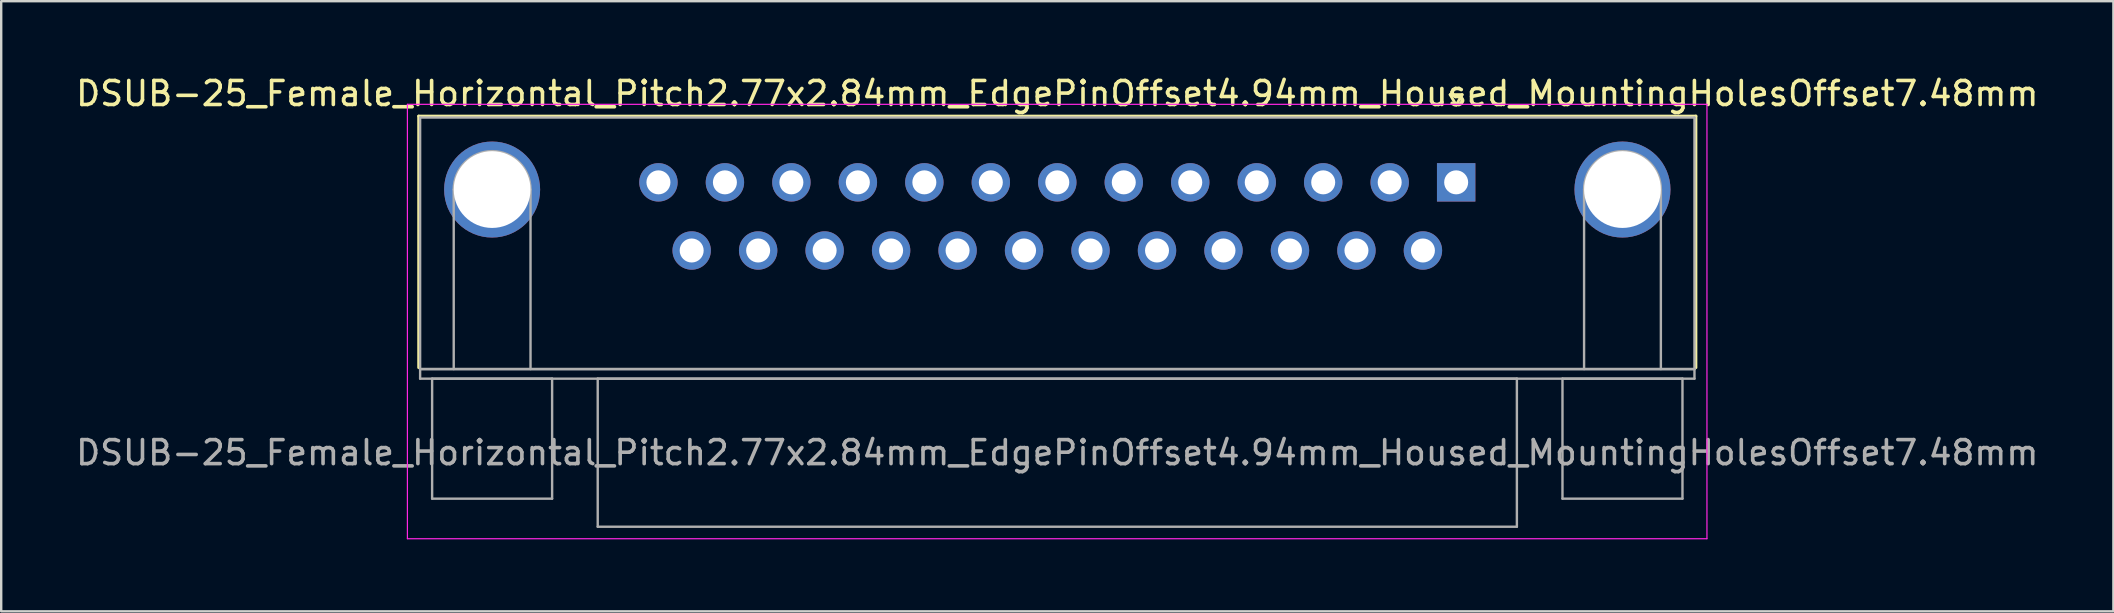
<source format=kicad_pcb>
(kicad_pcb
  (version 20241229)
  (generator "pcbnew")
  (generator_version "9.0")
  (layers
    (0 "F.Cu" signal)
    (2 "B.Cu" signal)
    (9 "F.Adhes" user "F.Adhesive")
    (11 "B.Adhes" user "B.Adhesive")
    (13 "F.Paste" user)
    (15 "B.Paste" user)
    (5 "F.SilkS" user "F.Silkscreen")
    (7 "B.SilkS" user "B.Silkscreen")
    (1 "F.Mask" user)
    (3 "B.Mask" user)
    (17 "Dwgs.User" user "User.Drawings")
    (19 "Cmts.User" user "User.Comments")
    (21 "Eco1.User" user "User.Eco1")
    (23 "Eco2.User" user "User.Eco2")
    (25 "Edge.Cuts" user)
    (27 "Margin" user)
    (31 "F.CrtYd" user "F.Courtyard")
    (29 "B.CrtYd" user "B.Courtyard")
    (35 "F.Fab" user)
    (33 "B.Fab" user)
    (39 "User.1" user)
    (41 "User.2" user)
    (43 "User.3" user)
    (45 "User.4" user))
  (footprint "DSUB-25_Female_Horizontal_Pitch2.77x2.84mm_EdgePinOffset4.94mm_Housed_MountingHolesOffset7.48mm"
    (layer "F.Cu")
    (at 57.626 4.548)
    (property "Reference" "DSUB-25_Female_Horizontal_Pitch2.77x2.84mm_EdgePinOffset4.94mm_Housed_MountingHolesOffset7.48mm" (at -16.62 -3.7 0) (layer "F.SilkS") (effects (font (size 1 1) (thickness 0.15))))
    (attr through_hole)
    (fp_line (start -43.23 -2.76) (end 9.99 -2.76) (stroke (width 0.12) (type solid)) (layer "F.SilkS"))
    (fp_line (start -43.23 7.72) (end -43.23 -2.76) (stroke (width 0.12) (type solid)) (layer "F.SilkS"))
    (fp_line (start -0.25 -3.654) (end 0.25 -3.654) (stroke (width 0.12) (type solid)) (layer "F.SilkS"))
    (fp_line (start 0 -3.221) (end -0.25 -3.654) (stroke (width 0.12) (type solid)) (layer "F.SilkS"))
    (fp_line (start 0.25 -3.654) (end 0 -3.221) (stroke (width 0.12) (type solid)) (layer "F.SilkS"))
    (fp_line (start 9.99 -2.76) (end 9.99 7.72) (stroke (width 0.12) (type solid)) (layer "F.SilkS"))
    (fp_line (start -43.7 -3.25) (end -43.7 14.85) (stroke (width 0.05) (type solid)) (layer "F.CrtYd"))
    (fp_line (start -43.7 14.85) (end 10.45 14.85) (stroke (width 0.05) (type solid)) (layer "F.CrtYd"))
    (fp_line (start 10.45 -3.25) (end -43.7 -3.25) (stroke (width 0.05) (type solid)) (layer "F.CrtYd"))
    (fp_line (start 10.45 14.85) (end 10.45 -3.25) (stroke (width 0.05) (type solid)) (layer "F.CrtYd"))
    (fp_line (start -43.17 -2.7) (end -43.17 7.78) (stroke (width 0.1) (type solid)) (layer "F.Fab"))
    (fp_line (start -43.17 7.78) (end -43.17 8.18) (stroke (width 0.1) (type solid)) (layer "F.Fab"))
    (fp_line (start -43.17 7.78) (end 9.93 7.78) (stroke (width 0.1) (type solid)) (layer "F.Fab"))
    (fp_line (start -43.17 8.18) (end 9.93 8.18) (stroke (width 0.1) (type solid)) (layer "F.Fab"))
    (fp_line (start -42.67 8.18) (end -42.67 13.18) (stroke (width 0.1) (type solid)) (layer "F.Fab"))
    (fp_line (start -42.67 13.18) (end -37.67 13.18) (stroke (width 0.1) (type solid)) (layer "F.Fab"))
    (fp_line (start -41.77 7.78) (end -41.77 0.3) (stroke (width 0.1) (type solid)) (layer "F.Fab"))
    (fp_line (start -38.57 7.78) (end -38.57 0.3) (stroke (width 0.1) (type solid)) (layer "F.Fab"))
    (fp_line (start -37.67 8.18) (end -42.67 8.18) (stroke (width 0.1) (type solid)) (layer "F.Fab"))
    (fp_line (start -37.67 13.18) (end -37.67 8.18) (stroke (width 0.1) (type solid)) (layer "F.Fab"))
    (fp_line (start -35.77 8.18) (end -35.77 14.35) (stroke (width 0.1) (type solid)) (layer "F.Fab"))
    (fp_line (start -35.77 14.35) (end 2.53 14.35) (stroke (width 0.1) (type solid)) (layer "F.Fab"))
    (fp_line (start 2.53 8.18) (end -35.77 8.18) (stroke (width 0.1) (type solid)) (layer "F.Fab"))
    (fp_line (start 2.53 14.35) (end 2.53 8.18) (stroke (width 0.1) (type solid)) (layer "F.Fab"))
    (fp_line (start 4.43 8.18) (end 4.43 13.18) (stroke (width 0.1) (type solid)) (layer "F.Fab"))
    (fp_line (start 4.43 13.18) (end 9.43 13.18) (stroke (width 0.1) (type solid)) (layer "F.Fab"))
    (fp_line (start 5.33 7.78) (end 5.33 0.3) (stroke (width 0.1) (type solid)) (layer "F.Fab"))
    (fp_line (start 8.53 7.78) (end 8.53 0.3) (stroke (width 0.1) (type solid)) (layer "F.Fab"))
    (fp_line (start 9.43 8.18) (end 4.43 8.18) (stroke (width 0.1) (type solid)) (layer "F.Fab"))
    (fp_line (start 9.43 13.18) (end 9.43 8.18) (stroke (width 0.1) (type solid)) (layer "F.Fab"))
    (fp_line (start 9.93 -2.7) (end -43.17 -2.7) (stroke (width 0.1) (type solid)) (layer "F.Fab"))
    (fp_line (start 9.93 7.78) (end -43.17 7.78) (stroke (width 0.1) (type solid)) (layer "F.Fab"))
    (fp_line (start 9.93 7.78) (end 9.93 -2.7) (stroke (width 0.1) (type solid)) (layer "F.Fab"))
    (fp_line (start 9.93 8.18) (end 9.93 7.78) (stroke (width 0.1) (type solid)) (layer "F.Fab"))
    (fp_arc (start -41.77 0.3) (mid -40.17 -1.3) (end -38.57 0.3) (stroke (width 0.1) (type solid)) (layer "F.Fab"))
    (fp_arc (start 5.33 0.3) (mid 6.93 -1.3) (end 8.53 0.3) (stroke (width 0.1) (type solid)) (layer "F.Fab"))
    (fp_text user "${REFERENCE}" (at -16.62 11.265 0) (layer "F.Fab") (effects (font (size 1 1) (thickness 0.15))))
    (pad "0" thru_hole circle (at -40.17 0.3) (size 4 4) (drill 3.2) (layers "*.Cu" "*.Mask"))
    (pad "0" thru_hole circle (at 6.93 0.3) (size 4 4) (drill 3.2) (layers "*.Cu" "*.Mask"))
    (pad "1" thru_hole rect (at 0 0) (size 1.6 1.6) (drill 1) (layers "*.Cu" "*.Mask"))
    (pad "2" thru_hole circle (at -2.77 0) (size 1.6 1.6) (drill 1) (layers "*.Cu" "*.Mask"))
    (pad "3" thru_hole circle (at -5.54 0) (size 1.6 1.6) (drill 1) (layers "*.Cu" "*.Mask"))
    (pad "4" thru_hole circle (at -8.31 0) (size 1.6 1.6) (drill 1) (layers "*.Cu" "*.Mask"))
    (pad "5" thru_hole circle (at -11.08 0) (size 1.6 1.6) (drill 1) (layers "*.Cu" "*.Mask"))
    (pad "6" thru_hole circle (at -13.85 0) (size 1.6 1.6) (drill 1) (layers "*.Cu" "*.Mask"))
    (pad "7" thru_hole circle (at -16.62 0) (size 1.6 1.6) (drill 1) (layers "*.Cu" "*.Mask"))
    (pad "8" thru_hole circle (at -19.39 0) (size 1.6 1.6) (drill 1) (layers "*.Cu" "*.Mask"))
    (pad "9" thru_hole circle (at -22.16 0) (size 1.6 1.6) (drill 1) (layers "*.Cu" "*.Mask"))
    (pad "10" thru_hole circle (at -24.93 0) (size 1.6 1.6) (drill 1) (layers "*.Cu" "*.Mask"))
    (pad "11" thru_hole circle (at -27.7 0) (size 1.6 1.6) (drill 1) (layers "*.Cu" "*.Mask"))
    (pad "12" thru_hole circle (at -30.47 0) (size 1.6 1.6) (drill 1) (layers "*.Cu" "*.Mask"))
    (pad "13" thru_hole circle (at -33.24 0) (size 1.6 1.6) (drill 1) (layers "*.Cu" "*.Mask"))
    (pad "14" thru_hole circle (at -1.385 2.84) (size 1.6 1.6) (drill 1) (layers "*.Cu" "*.Mask"))
    (pad "15" thru_hole circle (at -4.155 2.84) (size 1.6 1.6) (drill 1) (layers "*.Cu" "*.Mask"))
    (pad "16" thru_hole circle (at -6.925 2.84) (size 1.6 1.6) (drill 1) (layers "*.Cu" "*.Mask"))
    (pad "17" thru_hole circle (at -9.695 2.84) (size 1.6 1.6) (drill 1) (layers "*.Cu" "*.Mask"))
    (pad "18" thru_hole circle (at -12.465 2.84) (size 1.6 1.6) (drill 1) (layers "*.Cu" "*.Mask"))
    (pad "19" thru_hole circle (at -15.235 2.84) (size 1.6 1.6) (drill 1) (layers "*.Cu" "*.Mask"))
    (pad "20" thru_hole circle (at -18.005 2.84) (size 1.6 1.6) (drill 1) (layers "*.Cu" "*.Mask"))
    (pad "21" thru_hole circle (at -20.775 2.84) (size 1.6 1.6) (drill 1) (layers "*.Cu" "*.Mask"))
    (pad "22" thru_hole circle (at -23.545 2.84) (size 1.6 1.6) (drill 1) (layers "*.Cu" "*.Mask"))
    (pad "23" thru_hole circle (at -26.315 2.84) (size 1.6 1.6) (drill 1) (layers "*.Cu" "*.Mask"))
    (pad "24" thru_hole circle (at -29.085 2.84) (size 1.6 1.6) (drill 1) (layers "*.Cu" "*.Mask"))
    (pad "25" thru_hole circle (at -31.855 2.84) (size 1.6 1.6) (drill 1) (layers "*.Cu" "*.Mask")))
  (gr_rect
    (start -3 -3)
    (end 85.012 22.423)
    (stroke (width 0.1) (type default))
    (fill no)
    (layer "Edge.Cuts")))
</source>
